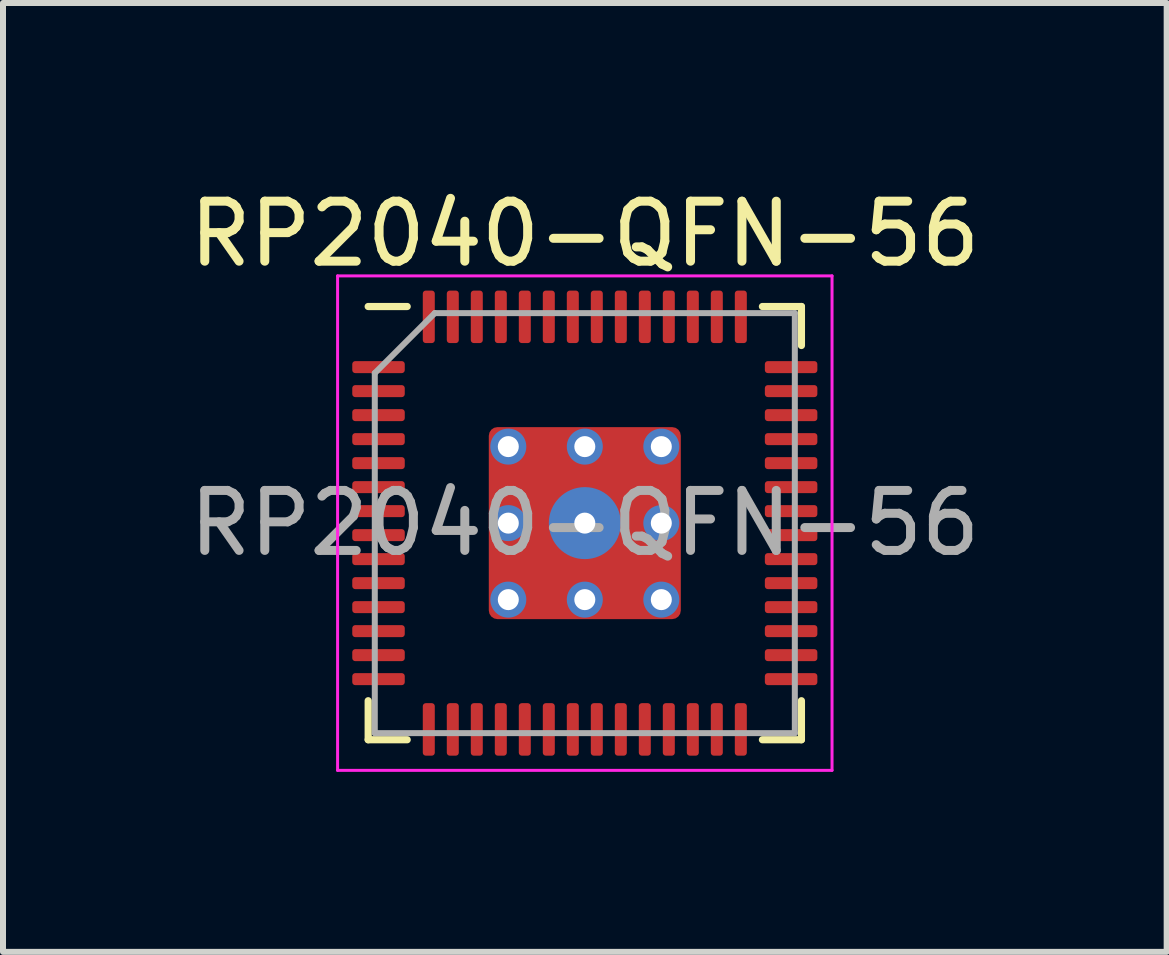
<source format=kicad_pcb>
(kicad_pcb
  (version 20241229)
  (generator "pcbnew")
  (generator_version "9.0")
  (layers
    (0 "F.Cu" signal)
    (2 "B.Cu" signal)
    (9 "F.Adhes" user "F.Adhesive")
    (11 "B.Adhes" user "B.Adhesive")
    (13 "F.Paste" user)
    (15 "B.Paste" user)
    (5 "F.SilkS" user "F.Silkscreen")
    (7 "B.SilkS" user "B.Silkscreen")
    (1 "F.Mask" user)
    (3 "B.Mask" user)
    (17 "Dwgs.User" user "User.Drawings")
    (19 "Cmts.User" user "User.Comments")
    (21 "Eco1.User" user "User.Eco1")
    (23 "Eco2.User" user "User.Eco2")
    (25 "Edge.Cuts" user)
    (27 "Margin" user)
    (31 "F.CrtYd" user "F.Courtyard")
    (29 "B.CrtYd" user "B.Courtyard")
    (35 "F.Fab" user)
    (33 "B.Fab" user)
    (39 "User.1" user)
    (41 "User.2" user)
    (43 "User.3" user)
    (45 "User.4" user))
  (footprint "RP2040-QFN-56"
    (layer "F.Cu")
    (at 6.696 5.668)
    (property "Reference" "RP2040-QFN-56" (at 0 -4.82 0) (layer "F.SilkS") (effects (font (size 1 1) (thickness 0.15))))
    (attr smd)
    (fp_line (start -3.61 3.61) (end -3.61 2.96) (stroke (width 0.12) (type solid)) (layer "F.SilkS"))
    (fp_line (start -2.96 -3.61) (end -3.61 -3.61) (stroke (width 0.12) (type solid)) (layer "F.SilkS"))
    (fp_line (start -2.96 3.61) (end -3.61 3.61) (stroke (width 0.12) (type solid)) (layer "F.SilkS"))
    (fp_line (start 2.96 -3.61) (end 3.61 -3.61) (stroke (width 0.12) (type solid)) (layer "F.SilkS"))
    (fp_line (start 2.96 3.61) (end 3.61 3.61) (stroke (width 0.12) (type solid)) (layer "F.SilkS"))
    (fp_line (start 3.61 -3.61) (end 3.61 -2.96) (stroke (width 0.12) (type solid)) (layer "F.SilkS"))
    (fp_line (start 3.61 3.61) (end 3.61 2.96) (stroke (width 0.12) (type solid)) (layer "F.SilkS"))
    (fp_line (start -4.12 -4.12) (end -4.12 4.12) (stroke (width 0.05) (type solid)) (layer "F.CrtYd"))
    (fp_line (start -4.12 4.12) (end 4.12 4.12) (stroke (width 0.05) (type solid)) (layer "F.CrtYd"))
    (fp_line (start 4.12 -4.12) (end -4.12 -4.12) (stroke (width 0.05) (type solid)) (layer "F.CrtYd"))
    (fp_line (start 4.12 4.12) (end 4.12 -4.12) (stroke (width 0.05) (type solid)) (layer "F.CrtYd"))
    (fp_line (start -3.5 -2.5) (end -2.5 -3.5) (stroke (width 0.1) (type solid)) (layer "F.Fab"))
    (fp_line (start -3.5 3.5) (end -3.5 -2.5) (stroke (width 0.1) (type solid)) (layer "F.Fab"))
    (fp_line (start -2.5 -3.5) (end 3.5 -3.5) (stroke (width 0.1) (type solid)) (layer "F.Fab"))
    (fp_line (start 3.5 -3.5) (end 3.5 3.5) (stroke (width 0.1) (type solid)) (layer "F.Fab"))
    (fp_line (start 3.5 3.5) (end -3.5 3.5) (stroke (width 0.1) (type solid)) (layer "F.Fab"))
    (fp_text user "${REFERENCE}" (at 0 0 0) (layer "F.Fab") (effects (font (size 1 1) (thickness 0.15))))
    (pad "" smd roundrect (at -0.637 -0.637) (size 1.084 1.084) (layers "F.Paste") (roundrect_rratio 0.231))
    (pad "" smd roundrect (at -0.637 0.637) (size 1.084 1.084) (layers "F.Paste") (roundrect_rratio 0.231))
    (pad "" smd roundrect (at 0.637 -0.637) (size 1.084 1.084) (layers "F.Paste") (roundrect_rratio 0.231))
    (pad "" smd roundrect (at 0.637 0.637) (size 1.084 1.084) (layers "F.Paste") (roundrect_rratio 0.231))
    (pad "1" smd roundrect (at -3.438 -2.6) (size 0.875 0.2) (layers "F.Cu" "F.Mask" "F.Paste") (roundrect_rratio 0.25))
    (pad "2" smd roundrect (at -3.438 -2.2) (size 0.875 0.2) (layers "F.Cu" "F.Mask" "F.Paste") (roundrect_rratio 0.25))
    (pad "3" smd roundrect (at -3.438 -1.8) (size 0.875 0.2) (layers "F.Cu" "F.Mask" "F.Paste") (roundrect_rratio 0.25))
    (pad "4" smd roundrect (at -3.438 -1.4) (size 0.875 0.2) (layers "F.Cu" "F.Mask" "F.Paste") (roundrect_rratio 0.25))
    (pad "5" smd roundrect (at -3.438 -1) (size 0.875 0.2) (layers "F.Cu" "F.Mask" "F.Paste") (roundrect_rratio 0.25))
    (pad "6" smd roundrect (at -3.438 -0.6) (size 0.875 0.2) (layers "F.Cu" "F.Mask" "F.Paste") (roundrect_rratio 0.25))
    (pad "7" smd roundrect (at -3.438 -0.2) (size 0.875 0.2) (layers "F.Cu" "F.Mask" "F.Paste") (roundrect_rratio 0.25))
    (pad "8" smd roundrect (at -3.438 0.2) (size 0.875 0.2) (layers "F.Cu" "F.Mask" "F.Paste") (roundrect_rratio 0.25))
    (pad "9" smd roundrect (at -3.438 0.6) (size 0.875 0.2) (layers "F.Cu" "F.Mask" "F.Paste") (roundrect_rratio 0.25))
    (pad "10" smd roundrect (at -3.438 1) (size 0.875 0.2) (layers "F.Cu" "F.Mask" "F.Paste") (roundrect_rratio 0.25))
    (pad "11" smd roundrect (at -3.438 1.4) (size 0.875 0.2) (layers "F.Cu" "F.Mask" "F.Paste") (roundrect_rratio 0.25))
    (pad "12" smd roundrect (at -3.438 1.8) (size 0.875 0.2) (layers "F.Cu" "F.Mask" "F.Paste") (roundrect_rratio 0.25))
    (pad "13" smd roundrect (at -3.438 2.2) (size 0.875 0.2) (layers "F.Cu" "F.Mask" "F.Paste") (roundrect_rratio 0.25))
    (pad "14" smd roundrect (at -3.438 2.6) (size 0.875 0.2) (layers "F.Cu" "F.Mask" "F.Paste") (roundrect_rratio 0.25))
    (pad "15" smd roundrect (at -2.6 3.438) (size 0.2 0.875) (layers "F.Cu" "F.Mask" "F.Paste") (roundrect_rratio 0.25))
    (pad "16" smd roundrect (at -2.2 3.438) (size 0.2 0.875) (layers "F.Cu" "F.Mask" "F.Paste") (roundrect_rratio 0.25))
    (pad "17" smd roundrect (at -1.8 3.438) (size 0.2 0.875) (layers "F.Cu" "F.Mask" "F.Paste") (roundrect_rratio 0.25))
    (pad "18" smd roundrect (at -1.4 3.438) (size 0.2 0.875) (layers "F.Cu" "F.Mask" "F.Paste") (roundrect_rratio 0.25))
    (pad "19" smd roundrect (at -1 3.438) (size 0.2 0.875) (layers "F.Cu" "F.Mask" "F.Paste") (roundrect_rratio 0.25))
    (pad "20" smd roundrect (at -0.6 3.438) (size 0.2 0.875) (layers "F.Cu" "F.Mask" "F.Paste") (roundrect_rratio 0.25))
    (pad "21" smd roundrect (at -0.2 3.438) (size 0.2 0.875) (layers "F.Cu" "F.Mask" "F.Paste") (roundrect_rratio 0.25))
    (pad "22" smd roundrect (at 0.2 3.438) (size 0.2 0.875) (layers "F.Cu" "F.Mask" "F.Paste") (roundrect_rratio 0.25))
    (pad "23" smd roundrect (at 0.6 3.438) (size 0.2 0.875) (layers "F.Cu" "F.Mask" "F.Paste") (roundrect_rratio 0.25))
    (pad "24" smd roundrect (at 1 3.438) (size 0.2 0.875) (layers "F.Cu" "F.Mask" "F.Paste") (roundrect_rratio 0.25))
    (pad "25" smd roundrect (at 1.4 3.438) (size 0.2 0.875) (layers "F.Cu" "F.Mask" "F.Paste") (roundrect_rratio 0.25))
    (pad "26" smd roundrect (at 1.8 3.438) (size 0.2 0.875) (layers "F.Cu" "F.Mask" "F.Paste") (roundrect_rratio 0.25))
    (pad "27" smd roundrect (at 2.2 3.438) (size 0.2 0.875) (layers "F.Cu" "F.Mask" "F.Paste") (roundrect_rratio 0.25))
    (pad "28" smd roundrect (at 2.6 3.438) (size 0.2 0.875) (layers "F.Cu" "F.Mask" "F.Paste") (roundrect_rratio 0.25))
    (pad "29" smd roundrect (at 3.438 2.6) (size 0.875 0.2) (layers "F.Cu" "F.Mask" "F.Paste") (roundrect_rratio 0.25))
    (pad "30" smd roundrect (at 3.438 2.2) (size 0.875 0.2) (layers "F.Cu" "F.Mask" "F.Paste") (roundrect_rratio 0.25))
    (pad "31" smd roundrect (at 3.438 1.8) (size 0.875 0.2) (layers "F.Cu" "F.Mask" "F.Paste") (roundrect_rratio 0.25))
    (pad "32" smd roundrect (at 3.438 1.4) (size 0.875 0.2) (layers "F.Cu" "F.Mask" "F.Paste") (roundrect_rratio 0.25))
    (pad "33" smd roundrect (at 3.438 1) (size 0.875 0.2) (layers "F.Cu" "F.Mask" "F.Paste") (roundrect_rratio 0.25))
    (pad "34" smd roundrect (at 3.438 0.6) (size 0.875 0.2) (layers "F.Cu" "F.Mask" "F.Paste") (roundrect_rratio 0.25))
    (pad "35" smd roundrect (at 3.438 0.2) (size 0.875 0.2) (layers "F.Cu" "F.Mask" "F.Paste") (roundrect_rratio 0.25))
    (pad "36" smd roundrect (at 3.438 -0.2) (size 0.875 0.2) (layers "F.Cu" "F.Mask" "F.Paste") (roundrect_rratio 0.25))
    (pad "37" smd roundrect (at 3.438 -0.6) (size 0.875 0.2) (layers "F.Cu" "F.Mask" "F.Paste") (roundrect_rratio 0.25))
    (pad "38" smd roundrect (at 3.438 -1) (size 0.875 0.2) (layers "F.Cu" "F.Mask" "F.Paste") (roundrect_rratio 0.25))
    (pad "39" smd roundrect (at 3.438 -1.4) (size 0.875 0.2) (layers "F.Cu" "F.Mask" "F.Paste") (roundrect_rratio 0.25))
    (pad "40" smd roundrect (at 3.438 -1.8) (size 0.875 0.2) (layers "F.Cu" "F.Mask" "F.Paste") (roundrect_rratio 0.25))
    (pad "41" smd roundrect (at 3.438 -2.2) (size 0.875 0.2) (layers "F.Cu" "F.Mask" "F.Paste") (roundrect_rratio 0.25))
    (pad "42" smd roundrect (at 3.438 -2.6) (size 0.875 0.2) (layers "F.Cu" "F.Mask" "F.Paste") (roundrect_rratio 0.25))
    (pad "43" smd roundrect (at 2.6 -3.438) (size 0.2 0.875) (layers "F.Cu" "F.Mask" "F.Paste") (roundrect_rratio 0.25))
    (pad "44" smd roundrect (at 2.2 -3.438) (size 0.2 0.875) (layers "F.Cu" "F.Mask" "F.Paste") (roundrect_rratio 0.25))
    (pad "45" smd roundrect (at 1.8 -3.438) (size 0.2 0.875) (layers "F.Cu" "F.Mask" "F.Paste") (roundrect_rratio 0.25))
    (pad "46" smd roundrect (at 1.4 -3.438) (size 0.2 0.875) (layers "F.Cu" "F.Mask" "F.Paste") (roundrect_rratio 0.25))
    (pad "47" smd roundrect (at 1 -3.438) (size 0.2 0.875) (layers "F.Cu" "F.Mask" "F.Paste") (roundrect_rratio 0.25))
    (pad "48" smd roundrect (at 0.6 -3.438) (size 0.2 0.875) (layers "F.Cu" "F.Mask" "F.Paste") (roundrect_rratio 0.25))
    (pad "49" smd roundrect (at 0.2 -3.438) (size 0.2 0.875) (layers "F.Cu" "F.Mask" "F.Paste") (roundrect_rratio 0.25))
    (pad "50" smd roundrect (at -0.2 -3.438) (size 0.2 0.875) (layers "F.Cu" "F.Mask" "F.Paste") (roundrect_rratio 0.25))
    (pad "51" smd roundrect (at -0.6 -3.438) (size 0.2 0.875) (layers "F.Cu" "F.Mask" "F.Paste") (roundrect_rratio 0.25))
    (pad "52" smd roundrect (at -1 -3.438) (size 0.2 0.875) (layers "F.Cu" "F.Mask" "F.Paste") (roundrect_rratio 0.25))
    (pad "53" smd roundrect (at -1.4 -3.438) (size 0.2 0.875) (layers "F.Cu" "F.Mask" "F.Paste") (roundrect_rratio 0.25))
    (pad "54" smd roundrect (at -1.8 -3.438) (size 0.2 0.875) (layers "F.Cu" "F.Mask" "F.Paste") (roundrect_rratio 0.25))
    (pad "55" smd roundrect (at -2.2 -3.438) (size 0.2 0.875) (layers "F.Cu" "F.Mask" "F.Paste") (roundrect_rratio 0.25))
    (pad "56" smd roundrect (at -2.6 -3.438) (size 0.2 0.875) (layers "F.Cu" "F.Mask" "F.Paste") (roundrect_rratio 0.25))
    (pad "57" thru_hole circle (at -1.275 -1.275) (size 0.6 0.6) (drill 0.35) (layers "*.Cu" "B.Mask"))
    (pad "57" thru_hole circle (at -1.275 0) (size 0.6 0.6) (drill 0.35) (layers "*.Cu" "B.Mask"))
    (pad "57" thru_hole circle (at -1.275 1.275) (size 0.6 0.6) (drill 0.35) (layers "*.Cu" "B.Mask"))
    (pad "57" thru_hole circle (at 0 -1.275) (size 0.6 0.6) (drill 0.35) (layers "*.Cu" "B.Mask"))
    (pad "57" thru_hole circle (at 0 0) (size 1.2 1.2) (drill 0.35) (layers "*.Cu" "B.Mask"))
    (pad "57" smd roundrect (at 0 0) (size 3.2 3.2) (layers "F.Cu" "F.Mask") (roundrect_rratio 0.045))
    (pad "57" thru_hole circle (at 0 1.275) (size 0.6 0.6) (drill 0.35) (layers "*.Cu" "B.Mask"))
    (pad "57" thru_hole circle (at 1.275 -1.275) (size 0.6 0.6) (drill 0.35) (layers "*.Cu" "B.Mask"))
    (pad "57" thru_hole circle (at 1.275 0) (size 0.6 0.6) (drill 0.35) (layers "*.Cu" "B.Mask"))
    (pad "57" thru_hole circle (at 1.275 1.275) (size 0.6 0.6) (drill 0.35) (layers "*.Cu" "B.Mask")))
  (gr_rect
    (start -3 -3)
    (end 16.393 12.813)
    (stroke (width 0.1) (type default))
    (fill no)
    (layer "Edge.Cuts")))
</source>
